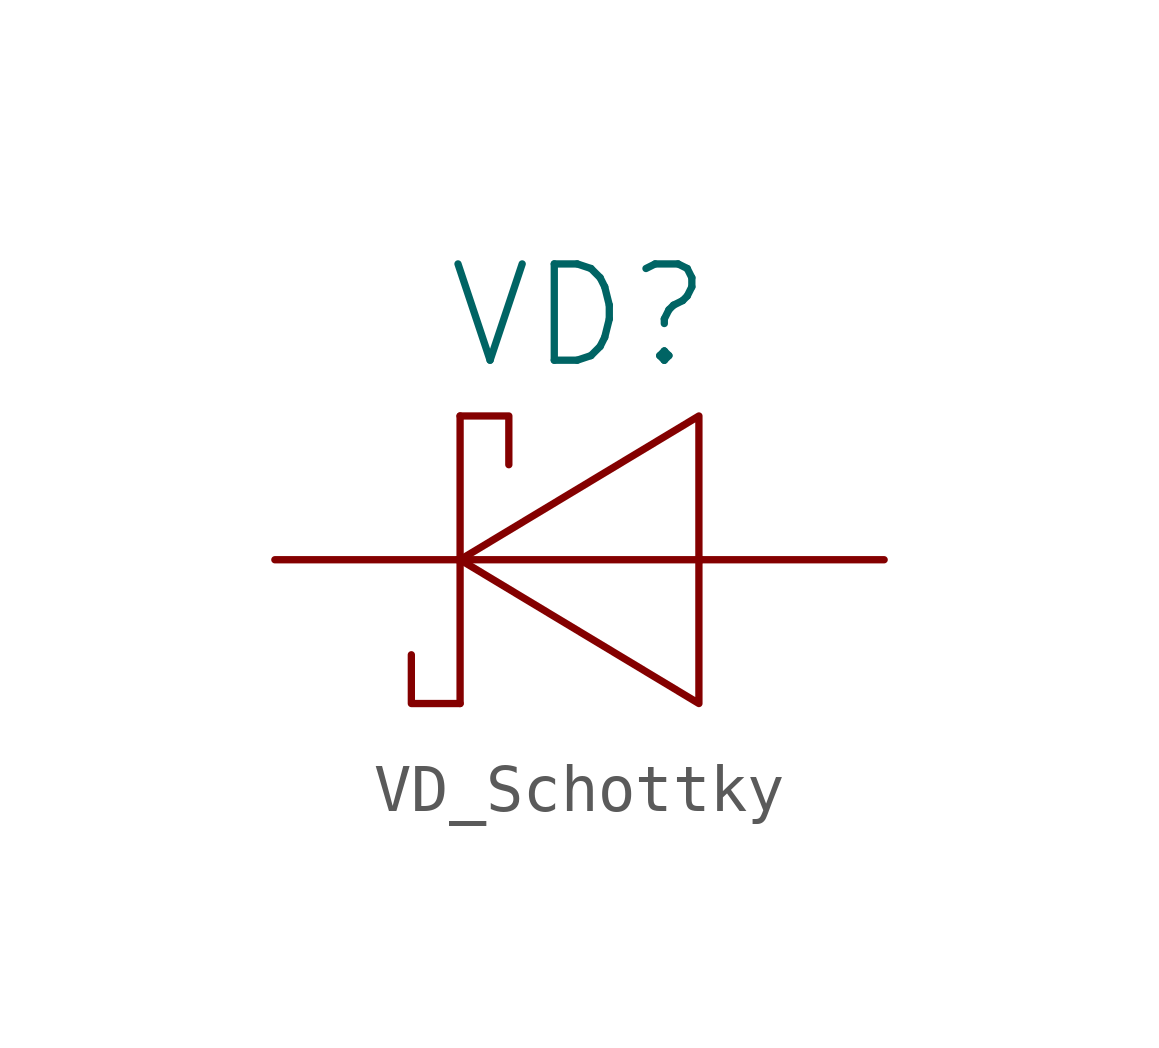
<source format=kicad_sym>
(kicad_symbol_lib
  (version 20231120)
  (generator "kicad_symbol_editor")
  (generator_version "8.0")
  (symbol "VD_Schottky"
    (pin_numbers hide)
    (pin_names
      (offset 0) hide)
    (property "Reference" "VD"
      (at 0 5.08 0)
      (effects (font (size 2.007 2.007))))
    (symbol "VD_Schottky_0_1"
      (polyline (pts (xy -2.54 0) (xy 2.54 0)) (stroke (width 0) (type solid)) (fill (type none)))
      (polyline (pts (xy -2.489 2.997) (xy -2.489 -2.997)) (stroke (width 0) (type solid)) (fill (type none)))
      (polyline (pts (xy -2.489 -2.997) (xy -3.505 -2.997) (xy -3.505 -1.981)) (stroke (width 0) (type solid)) (fill (type none)))
      (polyline (pts (xy -2.489 2.997) (xy -1.473 2.997) (xy -1.473 1.981)) (stroke (width 0) (type solid)) (fill (type none)))
      (polyline (pts (xy -2.489 0) (xy 2.489 2.997) (xy 2.489 -2.997) (xy -2.489 0)) (stroke (width 0) (type solid)) (fill (type none))))
    (symbol "VD_Schottky_1_1"
      (pin passive line (at -6.35 0 0) (length 3.81) (name "K" (effects (font (size 2.007 2.007)))) (number "1" (effects (font (size 2.007 2.007)))))
      (pin passive line (at 6.35 0 180) (length 3.81) (name "A" (effects (font (size 2.007 2.007)))) (number "2" (effects (font (size 2.007 2.007))))))))
</source>
